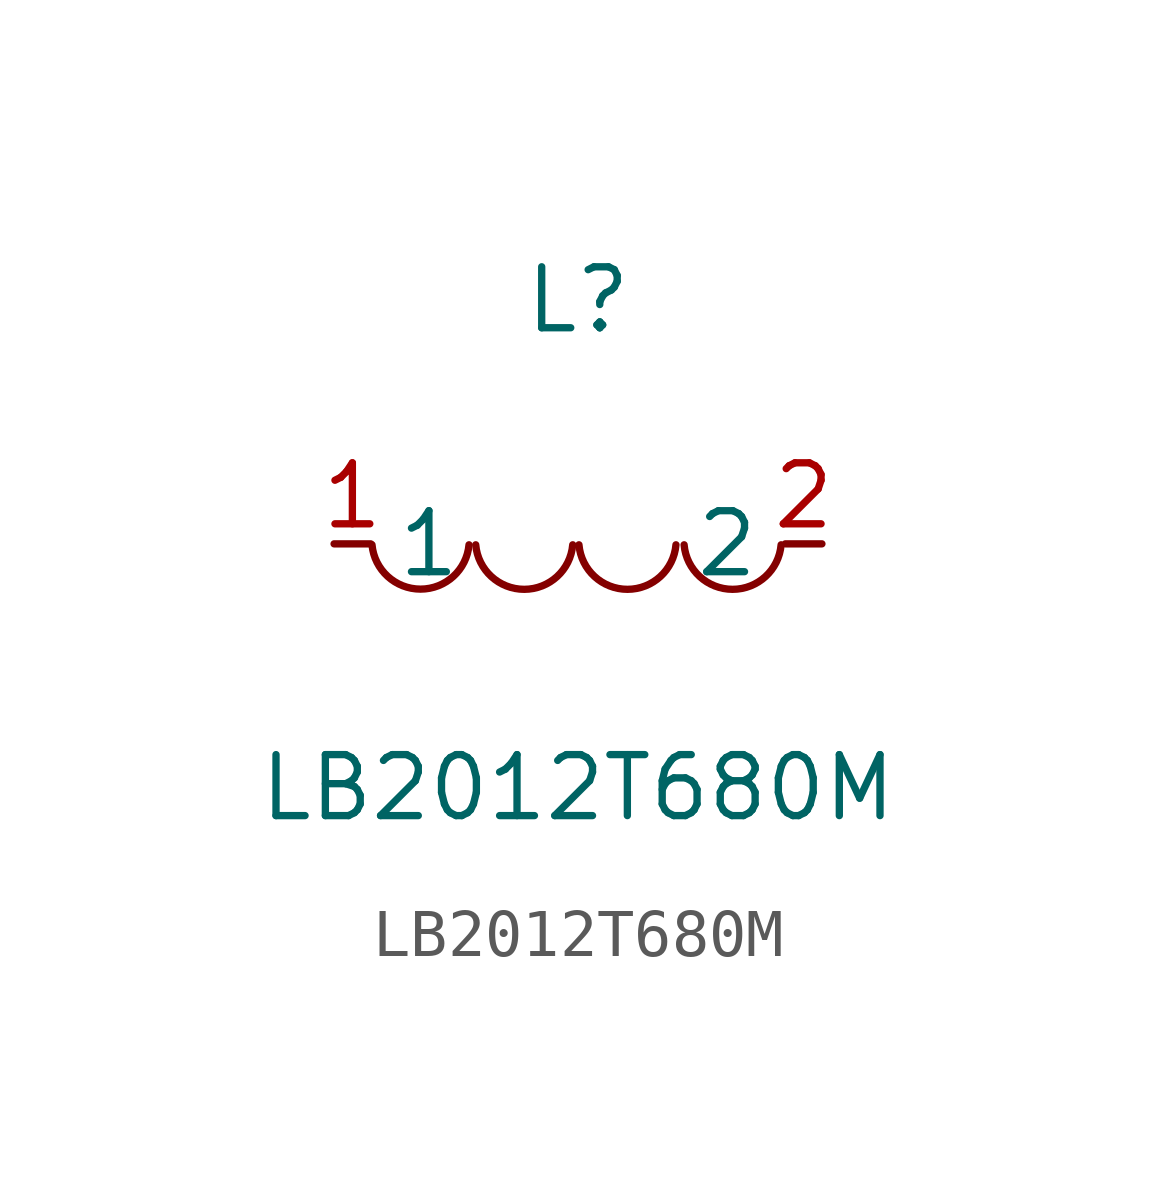
<source format=kicad_sym>
(kicad_symbol_lib
  (version 1)
  (generator "faebryk")
  (symbol "LB2012T680M"
    (property "Reference" "L"
      (at 0 5.08 0)
      (effects (font (size 1.27 1.27)) (hide no)))
    (property "Value" "LB2012T680M"
      (at 0 -5.08 0)
      (effects (font (size 1.27 1.27)) (hide no)))
    (symbol "LB2012T680M_0_1"
      (arc (start -4.29 -0.02) (mid -2.81 -1.01) (end -2.27 -0.02) (stroke (width 0) (type default) (color 0 0 0 0)) (fill (type none)))
      (arc (start -2.13 -0.02) (mid -0.66 -1.01) (end -0.11 -0.02) (stroke (width 0) (type default) (color 0 0 0 0)) (fill (type none)))
      (arc (start 0.02 -0.02) (mid 1.49 -1.01) (end 2.04 -0.02) (stroke (width 0) (type default) (color 0 0 0 0)) (fill (type none)))
      (arc (start 2.21 -0.02) (mid 3.68 -1.01) (end 4.23 -0.02) (stroke (width 0) (type default) (color 0 0 0 0)) (fill (type none)))
      (pin unspecified line (at 5.08 0 180) (length 0.762) (name "2" (effects (font (size 1.27 1.27)) (hide no))) (number "2" (effects (font (size 1.27 1.27)) (hide no))))
      (pin unspecified line (at -5.08 0 0) (length 0.762) (name "1" (effects (font (size 1.27 1.27)) (hide no))) (number "1" (effects (font (size 1.27 1.27)) (hide no)))))))
</source>
